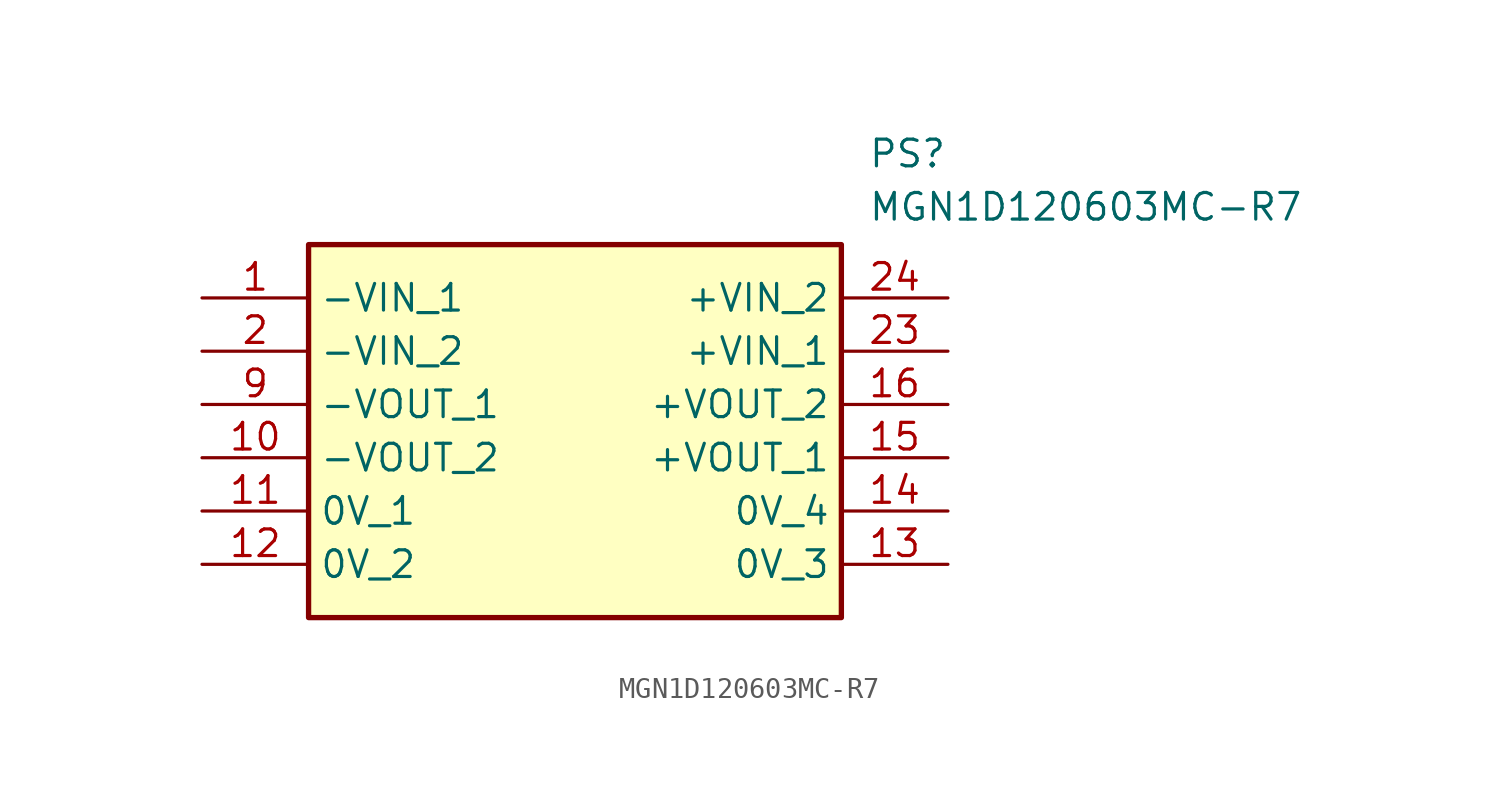
<source format=kicad_sym>
(kicad_symbol_lib
  (version 20211014)
  (generator SamacSys_ECAD_Model)
  (symbol "MGN1D120603MC-R7"
    (property "Reference" "PS"
      (at 31.75 7.62 0)
      (effects (font (size 1.27 1.27)) (justify left top)))
    (property "Value" "MGN1D120603MC-R7"
      (at 31.75 5.08 0)
      (effects (font (size 1.27 1.27)) (justify left top)))
    (rectangle
      (start 5.08 2.54)
      (end 30.48 -15.24)
      (stroke (width 0.254) (type default))
      (fill (type background)))
    (pin passive line
      (at 0 0 0)
      (length 5.08)
      (name "-VIN_1" (effects (font (size 1.27 1.27))))
      (number "1" (effects (font (size 1.27 1.27)))))
    (pin passive line
      (at 0 -2.54 0)
      (length 5.08)
      (name "-VIN_2" (effects (font (size 1.27 1.27))))
      (number "2" (effects (font (size 1.27 1.27)))))
    (pin passive line
      (at 0 -5.08 0)
      (length 5.08)
      (name "-VOUT_1" (effects (font (size 1.27 1.27))))
      (number "9" (effects (font (size 1.27 1.27)))))
    (pin passive line
      (at 0 -7.62 0)
      (length 5.08)
      (name "-VOUT_2" (effects (font (size 1.27 1.27))))
      (number "10" (effects (font (size 1.27 1.27)))))
    (pin passive line
      (at 0 -10.16 0)
      (length 5.08)
      (name "0V_1" (effects (font (size 1.27 1.27))))
      (number "11" (effects (font (size 1.27 1.27)))))
    (pin passive line
      (at 0 -12.7 0)
      (length 5.08)
      (name "0V_2" (effects (font (size 1.27 1.27))))
      (number "12" (effects (font (size 1.27 1.27)))))
    (pin passive line
      (at 35.56 -12.7 180)
      (length 5.08)
      (name "0V_3" (effects (font (size 1.27 1.27))))
      (number "13" (effects (font (size 1.27 1.27)))))
    (pin passive line
      (at 35.56 -10.16 180)
      (length 5.08)
      (name "0V_4" (effects (font (size 1.27 1.27))))
      (number "14" (effects (font (size 1.27 1.27)))))
    (pin passive line
      (at 35.56 -7.62 180)
      (length 5.08)
      (name "+VOUT_1" (effects (font (size 1.27 1.27))))
      (number "15" (effects (font (size 1.27 1.27)))))
    (pin passive line
      (at 35.56 -5.08 180)
      (length 5.08)
      (name "+VOUT_2" (effects (font (size 1.27 1.27))))
      (number "16" (effects (font (size 1.27 1.27)))))
    (pin passive line
      (at 35.56 -2.54 180)
      (length 5.08)
      (name "+VIN_1" (effects (font (size 1.27 1.27))))
      (number "23" (effects (font (size 1.27 1.27)))))
    (pin passive line
      (at 35.56 0 180)
      (length 5.08)
      (name "+VIN_2" (effects (font (size 1.27 1.27))))
      (number "24" (effects (font (size 1.27 1.27)))))))
</source>
